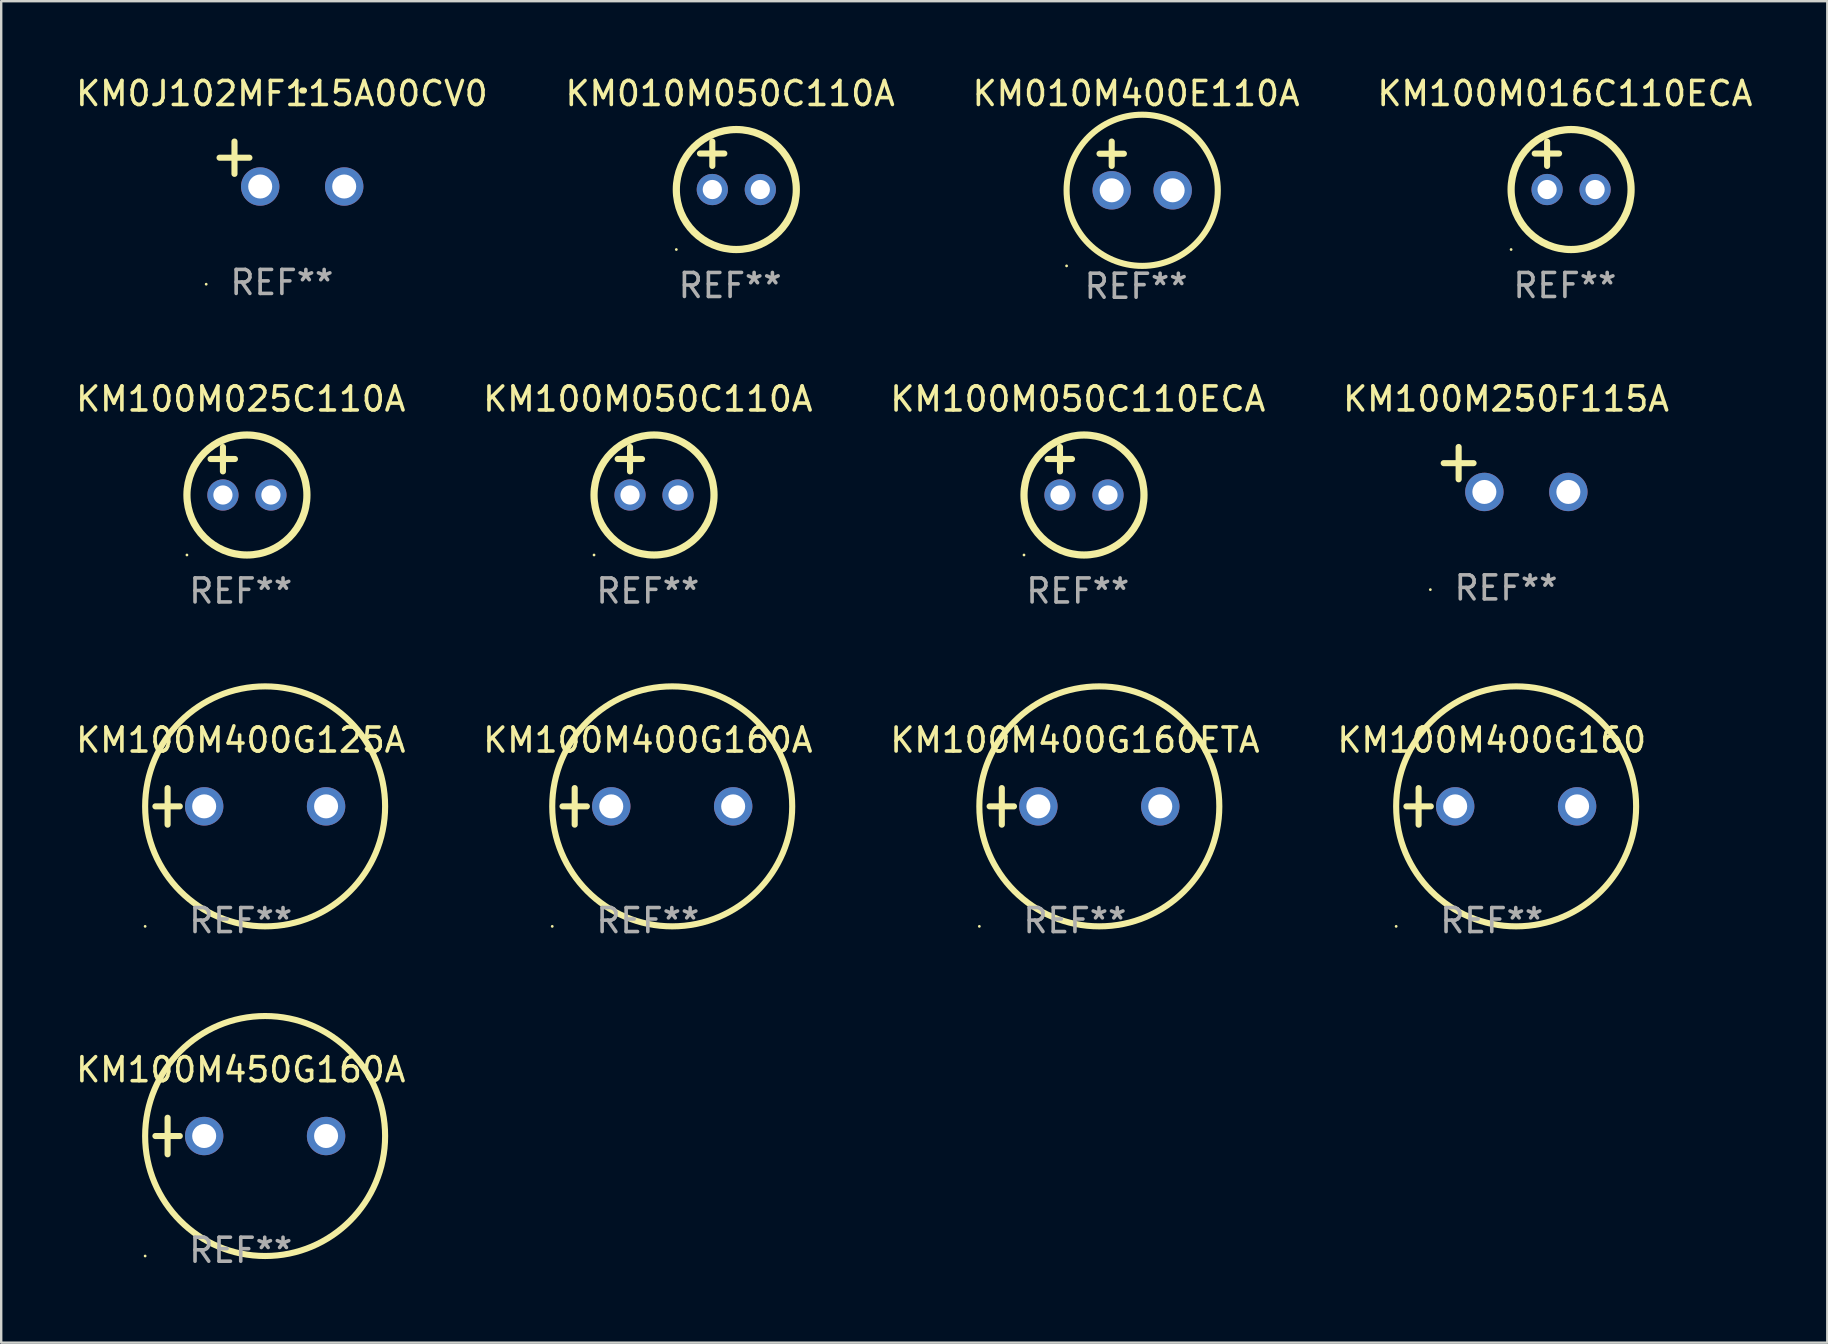
<source format=kicad_pcb>
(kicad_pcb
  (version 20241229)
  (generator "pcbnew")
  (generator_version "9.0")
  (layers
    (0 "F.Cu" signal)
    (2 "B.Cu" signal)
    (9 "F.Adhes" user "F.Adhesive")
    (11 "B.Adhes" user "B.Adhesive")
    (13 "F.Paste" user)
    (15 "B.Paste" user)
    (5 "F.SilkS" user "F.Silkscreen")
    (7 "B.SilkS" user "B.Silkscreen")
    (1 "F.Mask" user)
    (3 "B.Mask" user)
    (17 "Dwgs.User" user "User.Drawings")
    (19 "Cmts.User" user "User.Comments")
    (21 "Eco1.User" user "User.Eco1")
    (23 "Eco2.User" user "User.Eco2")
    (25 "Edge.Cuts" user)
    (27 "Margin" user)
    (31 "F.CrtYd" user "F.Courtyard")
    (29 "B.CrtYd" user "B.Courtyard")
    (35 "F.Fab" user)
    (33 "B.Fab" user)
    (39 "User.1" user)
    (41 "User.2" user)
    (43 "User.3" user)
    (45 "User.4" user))
  (footprint "KM010M400E110A"
    (layer "F.Cu")
    (at 44.292 3.864)
    (property "Reference" "KM010M400E110A" (at 0 -3.016 0) (layer "F.SilkS") (effects (font (size 1 1) (thickness 0.15))))
    (attr through_hole)
    (fp_line (start -1.524 -0.508) (end -0.508 -0.508) (stroke (width 0.254) (type solid)) (layer "F.SilkS"))
    (fp_line (start -1.016 -1.016) (end -1.016 0) (stroke (width 0.254) (type solid)) (layer "F.SilkS"))
    (fp_circle (center -2.896 4.166) (end -2.866 4.166) (stroke (width 0.06) (type solid)) (fill no) (layer "F.SilkS"))
    (fp_circle (center 0.254 1.016) (end 3.404 1.016) (stroke (width 0.254) (type solid)) (fill no) (layer "F.SilkS"))
    (fp_text user "REF**" (at 0 5.016 0) (layer "F.Fab") (effects (font (size 1 1) (thickness 0.15))))
    (pad "1" thru_hole circle (at -1.016 1.016) (size 1.6 1.6) (drill 1) (layers "*.Cu" "*.Mask"))
    (pad "2" thru_hole circle (at 1.524 1.016) (size 1.6 1.6) (drill 1) (layers "*.Cu" "*.Mask")))
  (footprint "KM100M400G125A"
    (layer "F.Cu")
    (at 6.982 30.552)
    (property "Reference" "KM100M400G125A" (at 0 -2.762 0) (layer "F.SilkS") (effects (font (size 1 1) (thickness 0.15))))
    (attr through_hole)
    (fp_line (start -3.556 0) (end -2.54 0) (stroke (width 0.254) (type solid)) (layer "F.SilkS"))
    (fp_line (start -3.048 -0.762) (end -3.048 0.762) (stroke (width 0.254) (type solid)) (layer "F.SilkS"))
    (fp_circle (center -3.984 5) (end -3.954 5) (stroke (width 0.06) (type solid)) (fill no) (layer "F.SilkS"))
    (fp_circle (center 1.016 0) (end 6.016 0) (stroke (width 0.254) (type solid)) (fill no) (layer "F.SilkS"))
    (fp_text user "REF**" (at 0 4.762 0) (layer "F.Fab") (effects (font (size 1 1) (thickness 0.15))))
    (pad "1" thru_hole circle (at -1.524 0) (size 1.6 1.6) (drill 1) (layers "*.Cu" "*.Mask"))
    (pad "2" thru_hole circle (at 3.556 0) (size 1.6 1.6) (drill 1) (layers "*.Cu" "*.Mask")))
  (footprint "KM0J102MF115A00CV0"
    (layer "F.Cu")
    (at 8.696 3.785)
    (property "Reference" "KM0J102MF115A00CV0" (at 0 -2.937 0) (layer "F.SilkS") (effects (font (size 1 1) (thickness 0.15))))
    (attr through_hole)
    (fp_line (start -1.975 0.41) (end -1.975 -0.937) (stroke (width 0.254) (type solid)) (layer "F.SilkS"))
    (fp_line (start -1.353 -0.263) (end -2.597 -0.263) (stroke (width 0.254) (type solid)) (layer "F.SilkS"))
    (fp_arc (start 0.849809 -3.063957) (mid 0.885369 -3.064114) (end 0.920929 -3.063957) (stroke (width 0.254001) (type solid)) (layer "F.SilkS"))
    (fp_circle (center -3.154 5.008) (end -3.124 5.008) (stroke (width 0.06) (type solid)) (fill no) (layer "F.SilkS"))
    (fp_text user "REF**" (at 0 4.937 0) (layer "F.Fab") (effects (font (size 1 1) (thickness 0.15))))
    (pad "1" thru_hole circle (at -0.903 0.937) (size 1.6 1.6) (drill 1) (layers "*.Cu" "*.Mask"))
    (pad "2" thru_hole circle (at 2.597 0.937) (size 1.6 1.6) (drill 1) (layers "*.Cu" "*.Mask")))
  (footprint "KM100M400G160A"
    (layer "F.Cu")
    (at 23.946 30.552)
    (property "Reference" "KM100M400G160A" (at 0 -2.762 0) (layer "F.SilkS") (effects (font (size 1 1) (thickness 0.15))))
    (attr through_hole)
    (fp_line (start -3.556 0) (end -2.54 0) (stroke (width 0.254) (type solid)) (layer "F.SilkS"))
    (fp_line (start -3.048 -0.762) (end -3.048 0.762) (stroke (width 0.254) (type solid)) (layer "F.SilkS"))
    (fp_circle (center -3.984 5) (end -3.954 5) (stroke (width 0.06) (type solid)) (fill no) (layer "F.SilkS"))
    (fp_circle (center 1.016 0) (end 6.016 0) (stroke (width 0.254) (type solid)) (fill no) (layer "F.SilkS"))
    (fp_text user "REF**" (at 0 4.762 0) (layer "F.Fab") (effects (font (size 1 1) (thickness 0.15))))
    (pad "1" thru_hole circle (at -1.524 0) (size 1.6 1.6) (drill 1) (layers "*.Cu" "*.Mask"))
    (pad "2" thru_hole circle (at 3.556 0) (size 1.6 1.6) (drill 1) (layers "*.Cu" "*.Mask")))
  (footprint "KM100M025C110A"
    (layer "F.Cu")
    (at 6.982 16.577)
    (property "Reference" "KM100M025C110A" (at 0 -3 0) (layer "F.SilkS") (effects (font (size 1 1) (thickness 0.15))))
    (attr through_hole)
    (fp_line (start -1.258 -0.5) (end -0.242 -0.5) (stroke (width 0.254) (type solid)) (layer "F.SilkS"))
    (fp_line (start -0.742 -1) (end -0.742 0.016) (stroke (width 0.254) (type solid)) (layer "F.SilkS"))
    (fp_circle (center -2.242 3.5) (end -2.212 3.5) (stroke (width 0.06) (type solid)) (fill no) (layer "F.SilkS"))
    (fp_circle (center 0.258 1) (end 2.758 1) (stroke (width 0.3) (type solid)) (fill no) (layer "F.SilkS"))
    (fp_text user "REF**" (at 0 5 0) (layer "F.Fab") (effects (font (size 1 1) (thickness 0.15))))
    (pad "1" thru_hole circle (at -0.742 1) (size 1.3 1.3) (drill 0.8) (layers "*.Cu" "*.Mask"))
    (pad "2" thru_hole circle (at 1.258 1) (size 1.3 1.3) (drill 0.8) (layers "*.Cu" "*.Mask")))
  (footprint "KM100M016C110ECA"
    (layer "F.Cu")
    (at 62.161 3.848)
    (property "Reference" "KM100M016C110ECA" (at 0 -3 0) (layer "F.SilkS") (effects (font (size 1 1) (thickness 0.15))))
    (attr through_hole)
    (fp_line (start -1.258 -0.5) (end -0.242 -0.5) (stroke (width 0.254) (type solid)) (layer "F.SilkS"))
    (fp_line (start -0.742 -1) (end -0.742 0.016) (stroke (width 0.254) (type solid)) (layer "F.SilkS"))
    (fp_circle (center -2.242 3.5) (end -2.212 3.5) (stroke (width 0.06) (type solid)) (fill no) (layer "F.SilkS"))
    (fp_circle (center 0.258 1) (end 2.758 1) (stroke (width 0.3) (type solid)) (fill no) (layer "F.SilkS"))
    (fp_text user "REF**" (at 0 5 0) (layer "F.Fab") (effects (font (size 1 1) (thickness 0.15))))
    (pad "1" thru_hole circle (at -0.742 1) (size 1.3 1.3) (drill 0.8) (layers "*.Cu" "*.Mask"))
    (pad "2" thru_hole circle (at 1.258 1) (size 1.3 1.3) (drill 0.8) (layers "*.Cu" "*.Mask")))
  (footprint "KM100M400G160ETA"
    (layer "F.Cu")
    (at 41.744 30.552)
    (property "Reference" "KM100M400G160ETA" (at 0 -2.762 0) (layer "F.SilkS") (effects (font (size 1 1) (thickness 0.15))))
    (attr through_hole)
    (fp_line (start -3.556 0) (end -2.54 0) (stroke (width 0.254) (type solid)) (layer "F.SilkS"))
    (fp_line (start -3.048 -0.762) (end -3.048 0.762) (stroke (width 0.254) (type solid)) (layer "F.SilkS"))
    (fp_circle (center -3.984 5) (end -3.954 5) (stroke (width 0.06) (type solid)) (fill no) (layer "F.SilkS"))
    (fp_circle (center 1.016 0) (end 6.016 0) (stroke (width 0.254) (type solid)) (fill no) (layer "F.SilkS"))
    (fp_text user "REF**" (at 0 4.762 0) (layer "F.Fab") (effects (font (size 1 1) (thickness 0.15))))
    (pad "1" thru_hole circle (at -1.524 0) (size 1.6 1.6) (drill 1) (layers "*.Cu" "*.Mask"))
    (pad "2" thru_hole circle (at 3.556 0) (size 1.6 1.6) (drill 1) (layers "*.Cu" "*.Mask")))
  (footprint "KM010M050C110A"
    (layer "F.Cu")
    (at 27.375 3.848)
    (property "Reference" "KM010M050C110A" (at 0 -3 0) (layer "F.SilkS") (effects (font (size 1 1) (thickness 0.15))))
    (attr through_hole)
    (fp_line (start -1.258 -0.5) (end -0.242 -0.5) (stroke (width 0.254) (type solid)) (layer "F.SilkS"))
    (fp_line (start -0.742 -1) (end -0.742 0.016) (stroke (width 0.254) (type solid)) (layer "F.SilkS"))
    (fp_circle (center -2.242 3.5) (end -2.212 3.5) (stroke (width 0.06) (type solid)) (fill no) (layer "F.SilkS"))
    (fp_circle (center 0.258 1) (end 2.758 1) (stroke (width 0.3) (type solid)) (fill no) (layer "F.SilkS"))
    (fp_text user "REF**" (at 0 5 0) (layer "F.Fab") (effects (font (size 1 1) (thickness 0.15))))
    (pad "1" thru_hole circle (at -0.742 1) (size 1.3 1.3) (drill 0.8) (layers "*.Cu" "*.Mask"))
    (pad "2" thru_hole circle (at 1.258 1) (size 1.3 1.3) (drill 0.8) (layers "*.Cu" "*.Mask")))
  (footprint "KM100M050C110ECA"
    (layer "F.Cu")
    (at 41.863 16.577)
    (property "Reference" "KM100M050C110ECA" (at 0 -3 0) (layer "F.SilkS") (effects (font (size 1 1) (thickness 0.15))))
    (attr through_hole)
    (fp_line (start -1.258 -0.5) (end -0.242 -0.5) (stroke (width 0.254) (type solid)) (layer "F.SilkS"))
    (fp_line (start -0.742 -1) (end -0.742 0.016) (stroke (width 0.254) (type solid)) (layer "F.SilkS"))
    (fp_circle (center -2.242 3.5) (end -2.212 3.5) (stroke (width 0.06) (type solid)) (fill no) (layer "F.SilkS"))
    (fp_circle (center 0.258 1) (end 2.758 1) (stroke (width 0.3) (type solid)) (fill no) (layer "F.SilkS"))
    (fp_text user "REF**" (at 0 5 0) (layer "F.Fab") (effects (font (size 1 1) (thickness 0.15))))
    (pad "1" thru_hole circle (at -0.742 1) (size 1.3 1.3) (drill 0.8) (layers "*.Cu" "*.Mask"))
    (pad "2" thru_hole circle (at 1.258 1) (size 1.3 1.3) (drill 0.8) (layers "*.Cu" "*.Mask")))
  (footprint "KM100M400G160"
    (layer "F.Cu")
    (at 59.113 30.552)
    (property "Reference" "KM100M400G160" (at 0 -2.762 0) (layer "F.SilkS") (effects (font (size 1 1) (thickness 0.15))))
    (attr through_hole)
    (fp_line (start -3.556 0) (end -2.54 0) (stroke (width 0.254) (type solid)) (layer "F.SilkS"))
    (fp_line (start -3.048 -0.762) (end -3.048 0.762) (stroke (width 0.254) (type solid)) (layer "F.SilkS"))
    (fp_circle (center -3.984 5) (end -3.954 5) (stroke (width 0.06) (type solid)) (fill no) (layer "F.SilkS"))
    (fp_circle (center 1.016 0) (end 6.016 0) (stroke (width 0.254) (type solid)) (fill no) (layer "F.SilkS"))
    (fp_text user "REF**" (at 0 4.762 0) (layer "F.Fab") (effects (font (size 1 1) (thickness 0.15))))
    (pad "1" thru_hole circle (at -1.524 0) (size 1.6 1.6) (drill 1) (layers "*.Cu" "*.Mask"))
    (pad "2" thru_hole circle (at 3.556 0) (size 1.6 1.6) (drill 1) (layers "*.Cu" "*.Mask")))
  (footprint "KM100M050C110A"
    (layer "F.Cu")
    (at 23.946 16.577)
    (property "Reference" "KM100M050C110A" (at 0 -3 0) (layer "F.SilkS") (effects (font (size 1 1) (thickness 0.15))))
    (attr through_hole)
    (fp_line (start -1.258 -0.5) (end -0.242 -0.5) (stroke (width 0.254) (type solid)) (layer "F.SilkS"))
    (fp_line (start -0.742 -1) (end -0.742 0.016) (stroke (width 0.254) (type solid)) (layer "F.SilkS"))
    (fp_circle (center -2.242 3.5) (end -2.212 3.5) (stroke (width 0.06) (type solid)) (fill no) (layer "F.SilkS"))
    (fp_circle (center 0.258 1) (end 2.758 1) (stroke (width 0.3) (type solid)) (fill no) (layer "F.SilkS"))
    (fp_text user "REF**" (at 0 5 0) (layer "F.Fab") (effects (font (size 1 1) (thickness 0.15))))
    (pad "1" thru_hole circle (at -0.742 1) (size 1.3 1.3) (drill 0.8) (layers "*.Cu" "*.Mask"))
    (pad "2" thru_hole circle (at 1.258 1) (size 1.3 1.3) (drill 0.8) (layers "*.Cu" "*.Mask")))
  (footprint "KM100M250F115A"
    (layer "F.Cu")
    (at 59.708 16.513)
    (property "Reference" "KM100M250F115A" (at 0 -2.937 0) (layer "F.SilkS") (effects (font (size 1 1) (thickness 0.15))))
    (attr through_hole)
    (fp_line (start -1.975 0.41) (end -1.975 -0.937) (stroke (width 0.254) (type solid)) (layer "F.SilkS"))
    (fp_line (start -1.353 -0.263) (end -2.597 -0.263) (stroke (width 0.254) (type solid)) (layer "F.SilkS"))
    (fp_arc (start 0.849809 -3.063957) (mid 0.885369 -3.064114) (end 0.920929 -3.063957) (stroke (width 0.254001) (type solid)) (layer "F.SilkS"))
    (fp_circle (center -3.154 5.008) (end -3.124 5.008) (stroke (width 0.06) (type solid)) (fill no) (layer "F.SilkS"))
    (fp_text user "REF**" (at 0 4.937 0) (layer "F.Fab") (effects (font (size 1 1) (thickness 0.15))))
    (pad "1" thru_hole circle (at -0.903 0.937) (size 1.6 1.6) (drill 1) (layers "*.Cu" "*.Mask"))
    (pad "2" thru_hole circle (at 2.597 0.937) (size 1.6 1.6) (drill 1) (layers "*.Cu" "*.Mask")))
  (footprint "KM100M450G160A"
    (layer "F.Cu")
    (at 6.982 44.289)
    (property "Reference" "KM100M450G160A" (at 0 -2.762 0) (layer "F.SilkS") (effects (font (size 1 1) (thickness 0.15))))
    (attr through_hole)
    (fp_line (start -3.556 0) (end -2.54 0) (stroke (width 0.254) (type solid)) (layer "F.SilkS"))
    (fp_line (start -3.048 -0.762) (end -3.048 0.762) (stroke (width 0.254) (type solid)) (layer "F.SilkS"))
    (fp_circle (center -3.984 5) (end -3.954 5) (stroke (width 0.06) (type solid)) (fill no) (layer "F.SilkS"))
    (fp_circle (center 1.016 0) (end 6.016 0) (stroke (width 0.254) (type solid)) (fill no) (layer "F.SilkS"))
    (fp_text user "REF**" (at 0 4.762 0) (layer "F.Fab") (effects (font (size 1 1) (thickness 0.15))))
    (pad "1" thru_hole circle (at -1.524 0) (size 1.6 1.6) (drill 1) (layers "*.Cu" "*.Mask"))
    (pad "2" thru_hole circle (at 3.556 0) (size 1.6 1.6) (drill 1) (layers "*.Cu" "*.Mask")))
  (gr_rect
    (start -3 -3)
    (end 73.095 52.9)
    (stroke (width 0.1) (type default))
    (fill no)
    (layer "Edge.Cuts")))
</source>
